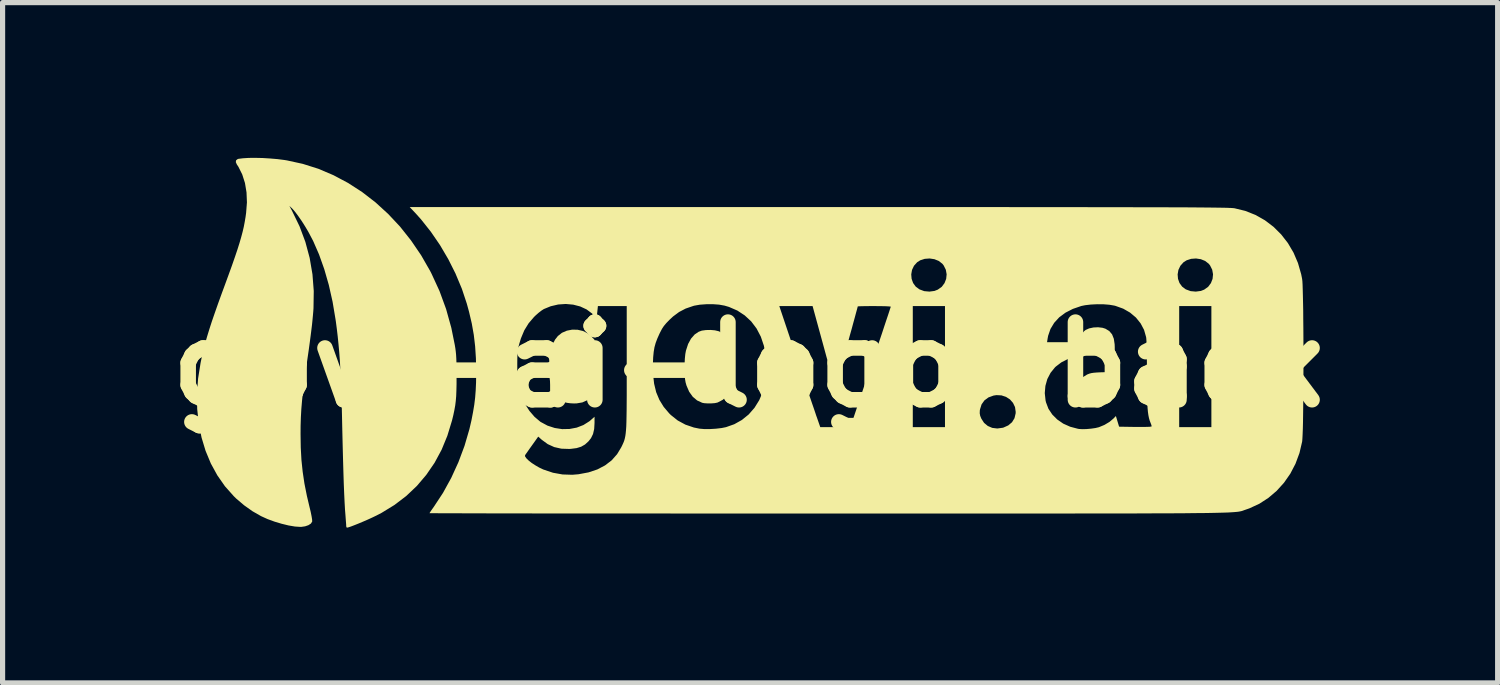
<source format=kicad_pcb>
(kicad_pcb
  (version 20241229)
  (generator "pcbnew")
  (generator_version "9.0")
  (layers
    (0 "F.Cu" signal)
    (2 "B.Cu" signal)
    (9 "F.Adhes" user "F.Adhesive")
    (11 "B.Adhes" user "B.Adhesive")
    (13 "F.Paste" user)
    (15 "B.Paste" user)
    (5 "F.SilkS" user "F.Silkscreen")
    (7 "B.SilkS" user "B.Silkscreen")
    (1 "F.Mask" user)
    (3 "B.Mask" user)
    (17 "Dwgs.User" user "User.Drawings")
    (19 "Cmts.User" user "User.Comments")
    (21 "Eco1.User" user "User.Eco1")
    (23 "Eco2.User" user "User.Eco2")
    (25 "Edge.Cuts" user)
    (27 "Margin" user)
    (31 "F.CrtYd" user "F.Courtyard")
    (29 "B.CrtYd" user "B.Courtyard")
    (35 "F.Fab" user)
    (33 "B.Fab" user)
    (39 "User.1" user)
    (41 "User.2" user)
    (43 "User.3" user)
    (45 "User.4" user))
  (footprint "govi-ai-logo-back"
    (layer "F.Cu")
    (at 11.443 3.995)
    (property "Reference" "govi-ai-logo-back" (at 0 0 0) (layer "F.SilkS") (effects (font (size 1.5 1.5) (thickness 0.3))))
    (attr board_only exclude_from_pos_files exclude_from_bom)
    (fp_poly (pts (xy 7.045 0.357) (xy 7.045 0.574) (xy 6.972 0.645) (xy 6.89 0.709) (xy 6.792 0.754) (xy 6.687 0.779) (xy 6.582 0.783) (xy 6.484 0.763) (xy 6.457 0.752) (xy 6.387 0.705) (xy 6.338 0.638) (xy 6.314 0.555) (xy 6.312 0.511) (xy 6.325 0.405) (xy 6.362 0.317) (xy 6.423 0.246) (xy 6.51 0.192) (xy 6.519 0.188) (xy 6.555 0.174) (xy 6.592 0.164) (xy 6.638 0.157) (xy 6.699 0.152) (xy 6.781 0.148) (xy 6.821 0.147) (xy 7.045 0.141)) (stroke (width 0) (type solid)) (fill yes) (layer "F.SilkS"))
    (fp_poly (pts (xy -3.333 -0.674) (xy -3.23 -0.65) (xy -3.138 -0.605) (xy -3.068 -0.546) (xy -3.006 -0.479) (xy -3.006 0.038) (xy -3.006 0.555) (xy -3.068 0.622) (xy -3.147 0.688) (xy -3.241 0.73) (xy -3.353 0.749) (xy -3.405 0.75) (xy -3.468 0.747) (xy -3.526 0.74) (xy -3.565 0.732) (xy -3.619 0.705) (xy -3.68 0.657) (xy -3.738 0.598) (xy -3.786 0.535) (xy -3.8 0.513) (xy -3.838 0.427) (xy -3.865 0.329) (xy -3.88 0.214) (xy -3.886 0.077) (xy -3.886 0.053) (xy -3.879 -0.116) (xy -3.858 -0.261) (xy -3.821 -0.383) (xy -3.768 -0.484) (xy -3.715 -0.552) (xy -3.636 -0.615) (xy -3.541 -0.656) (xy -3.438 -0.676)) (stroke (width 0) (type solid)) (fill yes) (layer "F.SilkS"))
    (fp_poly (pts (xy -0.681 -0.663) (xy -0.609 -0.646) (xy -0.583 -0.634) (xy -0.491 -0.57) (xy -0.418 -0.482) (xy -0.364 -0.371) (xy -0.327 -0.237) (xy -0.309 -0.079) (xy -0.308 0.104) (xy -0.308 0.105) (xy -0.322 0.269) (xy -0.351 0.407) (xy -0.394 0.521) (xy -0.453 0.612) (xy -0.529 0.68) (xy -0.622 0.729) (xy -0.636 0.734) (xy -0.684 0.744) (xy -0.751 0.749) (xy -0.822 0.749) (xy -0.887 0.745) (xy -0.926 0.737) (xy -1.024 0.692) (xy -1.108 0.621) (xy -1.177 0.525) (xy -1.229 0.405) (xy -1.247 0.342) (xy -1.258 0.276) (xy -1.264 0.189) (xy -1.267 0.089) (xy -1.266 -0.016) (xy -1.261 -0.117) (xy -1.252 -0.206) (xy -1.24 -0.27) (xy -1.198 -0.399) (xy -1.142 -0.502) (xy -1.071 -0.583) (xy -0.994 -0.635) (xy -0.933 -0.657) (xy -0.854 -0.668) (xy -0.766 -0.67)) (stroke (width 0) (type solid)) (fill yes) (layer "F.SilkS"))
    (fp_poly (pts (xy -9.419 -3.992) (xy -9.275 -3.983) (xy -9.133 -3.971) (xy -9 -3.954) (xy -8.95 -3.946) (xy -8.643 -3.879) (xy -8.342 -3.784) (xy -8.05 -3.66) (xy -7.768 -3.51) (xy -7.497 -3.335) (xy -7.238 -3.135) (xy -6.994 -2.912) (xy -6.764 -2.667) (xy -6.552 -2.4) (xy -6.357 -2.114) (xy -6.182 -1.809) (xy -6.154 -1.754) (xy -6.001 -1.421) (xy -5.874 -1.074) (xy -5.773 -0.711) (xy -5.706 -0.38) (xy -5.695 -0.314) (xy -5.687 -0.252) (xy -5.681 -0.19) (xy -5.677 -0.121) (xy -5.674 -0.04) (xy -5.672 0.059) (xy -5.672 0.181) (xy -5.672 0.228) (xy -5.672 0.377) (xy -5.675 0.501) (xy -5.679 0.608) (xy -5.687 0.702) (xy -5.698 0.79) (xy -5.714 0.879) (xy -5.734 0.974) (xy -5.76 1.081) (xy -5.762 1.087) (xy -5.85 1.375) (xy -5.961 1.645) (xy -6.097 1.897) (xy -6.257 2.13) (xy -6.439 2.344) (xy -6.644 2.538) (xy -6.871 2.711) (xy -7.119 2.863) (xy -7.219 2.915) (xy -7.298 2.953) (xy -7.385 2.993) (xy -7.475 3.032) (xy -7.563 3.069) (xy -7.643 3.101) (xy -7.711 3.127) (xy -7.762 3.144) (xy -7.79 3.15) (xy -7.791 3.15) (xy -7.801 3.137) (xy -7.804 3.116) (xy -7.805 3.087) (xy -7.809 3.036) (xy -7.814 2.971) (xy -7.818 2.915) (xy -7.827 2.804) (xy -7.835 2.663) (xy -7.843 2.495) (xy -7.851 2.3) (xy -7.858 2.081) (xy -7.865 1.837) (xy -7.872 1.571) (xy -7.879 1.283) (xy -7.88 1.237) (xy -7.886 0.96) (xy -7.892 0.709) (xy -7.9 0.483) (xy -7.908 0.278) (xy -7.917 0.09) (xy -7.927 -0.083) (xy -7.939 -0.244) (xy -7.953 -0.396) (xy -7.968 -0.544) (xy -7.985 -0.689) (xy -8.004 -0.834) (xy -8.01 -0.873) (xy -8.067 -1.214) (xy -8.14 -1.539) (xy -8.228 -1.845) (xy -8.329 -2.129) (xy -8.443 -2.39) (xy -8.538 -2.57) (xy -8.6 -2.674) (xy -8.664 -2.775) (xy -8.728 -2.867) (xy -8.786 -2.945) (xy -8.836 -3.004) (xy -8.855 -3.023) (xy -8.902 -3.067) (xy -8.849 -2.968) (xy -8.706 -2.673) (xy -8.593 -2.371) (xy -8.51 -2.062) (xy -8.456 -1.745) (xy -8.431 -1.422) (xy -8.436 -1.091) (xy -8.44 -1.032) (xy -8.447 -0.951) (xy -8.455 -0.867) (xy -8.464 -0.777) (xy -8.476 -0.678) (xy -8.49 -0.566) (xy -8.507 -0.437) (xy -8.527 -0.29) (xy -8.552 -0.119) (xy -8.58 0.078) (xy -8.584 0.106) (xy -8.615 0.323) (xy -8.639 0.516) (xy -8.657 0.693) (xy -8.671 0.858) (xy -8.68 1.019) (xy -8.685 1.182) (xy -8.686 1.344) (xy -8.682 1.602) (xy -8.669 1.841) (xy -8.645 2.07) (xy -8.611 2.298) (xy -8.564 2.534) (xy -8.515 2.742) (xy -8.49 2.845) (xy -8.473 2.93) (xy -8.463 2.992) (xy -8.461 3.029) (xy -8.462 3.033) (xy -8.486 3.071) (xy -8.534 3.102) (xy -8.598 3.124) (xy -8.674 3.135) (xy -8.69 3.135) (xy -8.795 3.128) (xy -8.919 3.107) (xy -9.053 3.074) (xy -9.19 3.033) (xy -9.324 2.984) (xy -9.445 2.929) (xy -9.451 2.926) (xy -9.614 2.833) (xy -9.776 2.718) (xy -9.929 2.588) (xy -9.975 2.543) (xy -10.146 2.351) (xy -10.294 2.139) (xy -10.419 1.911) (xy -10.521 1.666) (xy -10.599 1.408) (xy -10.653 1.138) (xy -10.683 0.857) (xy -10.687 0.567) (xy -10.666 0.271) (xy -10.618 -0.031) (xy -10.613 -0.057) (xy -10.587 -0.178) (xy -10.559 -0.298) (xy -10.527 -0.42) (xy -10.49 -0.548) (xy -10.448 -0.685) (xy -10.4 -0.834) (xy -10.343 -0.999) (xy -10.278 -1.184) (xy -10.203 -1.391) (xy -10.153 -1.526) (xy -10.077 -1.734) (xy -10.011 -1.916) (xy -9.955 -2.077) (xy -9.907 -2.219) (xy -9.867 -2.346) (xy -9.834 -2.459) (xy -9.806 -2.564) (xy -9.783 -2.662) (xy -9.765 -2.756) (xy -9.749 -2.851) (xy -9.738 -2.93) (xy -9.722 -3.134) (xy -9.73 -3.328) (xy -9.76 -3.509) (xy -9.813 -3.675) (xy -9.887 -3.823) (xy -9.917 -3.868) (xy -9.937 -3.913) (xy -9.931 -3.949) (xy -9.9 -3.972) (xy -9.887 -3.976) (xy -9.799 -3.987) (xy -9.687 -3.994) (xy -9.558 -3.995)) (stroke (width 0) (type solid)) (fill yes) (layer "F.SilkS"))
    (fp_poly (pts (xy 1.915 -3.044) (xy 2.476 -3.044) (xy 3.009 -3.044) (xy 3.513 -3.044) (xy 3.989 -3.044) (xy 4.439 -3.044) (xy 4.864 -3.044) (xy 5.263 -3.043) (xy 5.638 -3.043) (xy 5.99 -3.043) (xy 6.319 -3.043) (xy 6.625 -3.042) (xy 6.911 -3.042) (xy 7.176 -3.042) (xy 7.421 -3.041) (xy 7.648 -3.041) (xy 7.856 -3.04) (xy 8.047 -3.04) (xy 8.221 -3.039) (xy 8.379 -3.039) (xy 8.522 -3.038) (xy 8.651 -3.037) (xy 8.766 -3.036) (xy 8.869 -3.035) (xy 8.959 -3.034) (xy 9.037 -3.033) (xy 9.106 -3.032) (xy 9.164 -3.031) (xy 9.214 -3.03) (xy 9.255 -3.028) (xy 9.288 -3.027) (xy 9.315 -3.025) (xy 9.336 -3.024) (xy 9.351 -3.022) (xy 9.359 -3.021) (xy 9.568 -2.97) (xy 9.764 -2.892) (xy 9.946 -2.789) (xy 10.112 -2.663) (xy 10.26 -2.516) (xy 10.39 -2.349) (xy 10.499 -2.164) (xy 10.585 -1.963) (xy 10.647 -1.747) (xy 10.665 -1.657) (xy 10.67 -1.615) (xy 10.674 -1.546) (xy 10.677 -1.451) (xy 10.68 -1.335) (xy 10.683 -1.199) (xy 10.686 -1.046) (xy 10.687 -0.879) (xy 10.689 -0.701) (xy 10.69 -0.514) (xy 10.691 -0.321) (xy 10.691 -0.125) (xy 10.691 0.072) (xy 10.69 0.267) (xy 10.689 0.457) (xy 10.688 0.639) (xy 10.686 0.811) (xy 10.684 0.97) (xy 10.682 1.114) (xy 10.679 1.239) (xy 10.675 1.342) (xy 10.671 1.422) (xy 10.667 1.476) (xy 10.665 1.49) (xy 10.614 1.708) (xy 10.537 1.915) (xy 10.437 2.107) (xy 10.315 2.282) (xy 10.173 2.439) (xy 10.013 2.575) (xy 9.837 2.689) (xy 9.646 2.777) (xy 9.58 2.8) (xy 9.563 2.806) (xy 9.548 2.811) (xy 9.535 2.816) (xy 9.521 2.821) (xy 9.507 2.826) (xy 9.492 2.83) (xy 9.474 2.834) (xy 9.454 2.838) (xy 9.43 2.842) (xy 9.402 2.845) (xy 9.368 2.848) (xy 9.328 2.851) (xy 9.282 2.854) (xy 9.228 2.857) (xy 9.165 2.859) (xy 9.094 2.861) (xy 9.012 2.863) (xy 8.92 2.865) (xy 8.816 2.867) (xy 8.699 2.868) (xy 8.57 2.869) (xy 8.426 2.871) (xy 8.268 2.872) (xy 8.095 2.873) (xy 7.905 2.873) (xy 7.698 2.874) (xy 7.473 2.875) (xy 7.229 2.875) (xy 6.966 2.876) (xy 6.683 2.876) (xy 6.379 2.876) (xy 6.053 2.877) (xy 5.704 2.877) (xy 5.332 2.877) (xy 4.936 2.877) (xy 4.515 2.877) (xy 4.068 2.877) (xy 3.595 2.877) (xy 3.094 2.877) (xy 2.565 2.877) (xy 2.007 2.877) (xy 1.516 2.877) (xy 1.034 2.877) (xy 0.559 2.877) (xy 0.093 2.877) (xy -0.364 2.877) (xy -0.81 2.877) (xy -1.245 2.877) (xy -1.668 2.876) (xy -2.078 2.876) (xy -2.474 2.876) (xy -2.855 2.876) (xy -3.22 2.875) (xy -3.569 2.875) (xy -3.9 2.875) (xy -4.212 2.875) (xy -4.506 2.874) (xy -4.778 2.874) (xy -5.03 2.874) (xy -5.26 2.873) (xy -5.466 2.873) (xy -5.649 2.872) (xy -5.807 2.872) (xy -5.94 2.872) (xy -6.045 2.871) (xy -6.124 2.871) (xy -6.173 2.87) (xy -6.194 2.87) (xy -6.194 2.87) (xy -6.186 2.855) (xy -6.164 2.822) (xy -6.131 2.775) (xy -6.109 2.744) (xy -5.934 2.478) (xy -5.775 2.189) (xy -5.636 1.885) (xy -5.518 1.569) (xy -5.424 1.248) (xy -5.384 1.076) (xy -5.354 0.92) (xy -5.33 0.777) (xy -5.313 0.639) (xy -5.302 0.496) (xy -5.295 0.342) (xy -5.293 0.168) (xy -5.293 0.129) (xy -5.295 0.023) (xy -4.499 0.023) (xy -4.498 0.15) (xy -4.494 0.255) (xy -4.486 0.344) (xy -4.472 0.424) (xy -4.452 0.503) (xy -4.425 0.587) (xy -4.413 0.619) (xy -4.349 0.762) (xy -4.264 0.894) (xy -4.165 1.009) (xy -4.055 1.102) (xy -4.044 1.109) (xy -3.914 1.179) (xy -3.775 1.224) (xy -3.632 1.246) (xy -3.489 1.243) (xy -3.35 1.217) (xy -3.221 1.167) (xy -3.105 1.094) (xy -3.078 1.071) (xy -3.006 1.007) (xy -3.006 1.127) (xy -3.013 1.244) (xy -3.035 1.34) (xy -3.074 1.42) (xy -3.122 1.481) (xy -3.19 1.543) (xy -3.265 1.586) (xy -3.353 1.613) (xy -3.462 1.627) (xy -3.494 1.629) (xy -3.647 1.624) (xy -3.785 1.593) (xy -3.91 1.536) (xy -4.024 1.453) (xy -4.094 1.391) (xy -4.215 1.561) (xy -4.261 1.625) (xy -4.3 1.681) (xy -4.33 1.723) (xy -4.347 1.748) (xy -4.349 1.751) (xy -4.347 1.776) (xy -4.322 1.811) (xy -4.279 1.853) (xy -4.221 1.899) (xy -4.152 1.944) (xy -4.078 1.987) (xy -4.003 2.023) (xy -3.996 2.026) (xy -3.809 2.089) (xy -3.624 2.122) (xy -3.435 2.128) (xy -3.316 2.118) (xy -3.123 2.082) (xy -2.952 2.025) (xy -2.803 1.947) (xy -2.675 1.849) (xy -2.57 1.73) (xy -2.492 1.601) (xy -2.473 1.563) (xy -2.457 1.528) (xy -2.442 1.494) (xy -2.43 1.46) (xy -2.42 1.422) (xy -2.411 1.378) (xy -2.404 1.328) (xy -2.398 1.267) (xy -2.393 1.194) (xy -2.39 1.108) (xy -2.388 1.005) (xy -2.386 0.883) (xy -2.385 0.741) (xy -2.384 0.576) (xy -2.384 0.386) (xy -2.384 0.168) (xy -2.384 0.065) (xy -2.384 -0.023) (xy -1.878 -0.023) (xy -1.876 0.183) (xy -1.855 0.368) (xy -1.815 0.533) (xy -1.753 0.681) (xy -1.67 0.816) (xy -1.565 0.94) (xy -1.532 0.973) (xy -1.399 1.079) (xy -1.251 1.159) (xy -1.087 1.215) (xy -0.979 1.237) (xy -0.887 1.245) (xy -0.777 1.245) (xy -0.661 1.238) (xy -0.55 1.225) (xy -0.466 1.208) (xy -0.305 1.151) (xy -0.159 1.069) (xy -0.028 0.963) (xy 0.084 0.835) (xy 0.176 0.687) (xy 0.246 0.522) (xy 0.255 0.492) (xy 0.291 0.337) (xy 0.31 0.165) (xy 0.313 -0.015) (xy 0.298 -0.193) (xy 0.267 -0.361) (xy 0.266 -0.365) (xy 0.207 -0.54) (xy 0.125 -0.697) (xy 0.021 -0.835) (xy -0.104 -0.951) (xy -0.247 -1.045) (xy -0.409 -1.115) (xy -0.463 -1.131) (xy 0.564 -1.131) (xy 0.889 -0.163) (xy 0.947 0.008) (xy 1.003 0.175) (xy 1.057 0.336) (xy 1.109 0.487) (xy 1.155 0.626) (xy 1.197 0.749) (xy 1.233 0.853) (xy 1.261 0.936) (xy 1.28 0.994) (xy 1.285 1.006) (xy 1.355 1.207) (xy 1.646 1.207) (xy 1.937 1.207) (xy 2.327 0.049) (xy 2.331 0.038) (xy 3.143 0.038) (xy 3.143 1.207) (xy 3.454 1.207) (xy 3.765 1.207) (xy 3.765 0.94) (xy 4.436 0.94) (xy 4.445 0.989) (xy 4.467 1.043) (xy 4.52 1.125) (xy 4.592 1.185) (xy 4.678 1.222) (xy 4.776 1.234) (xy 4.879 1.22) (xy 4.895 1.216) (xy 4.988 1.174) (xy 5.06 1.113) (xy 5.108 1.035) (xy 5.13 0.942) (xy 5.131 0.912) (xy 5.118 0.82) (xy 5.079 0.739) (xy 5.02 0.672) (xy 4.944 0.623) (xy 4.856 0.594) (xy 4.759 0.589) (xy 4.702 0.598) (xy 4.604 0.634) (xy 4.527 0.691) (xy 4.472 0.768) (xy 4.442 0.863) (xy 4.438 0.886) (xy 4.436 0.94) (xy 3.765 0.94) (xy 3.765 0.55) (xy 5.693 0.55) (xy 5.708 0.691) (xy 5.717 0.729) (xy 5.764 0.853) (xy 5.838 0.964) (xy 5.934 1.06) (xy 6.05 1.14) (xy 6.184 1.2) (xy 6.332 1.239) (xy 6.354 1.243) (xy 6.418 1.247) (xy 6.499 1.245) (xy 6.588 1.237) (xy 6.672 1.225) (xy 6.739 1.209) (xy 6.739 1.209) (xy 6.845 1.165) (xy 6.944 1.106) (xy 7.022 1.04) (xy 7.067 0.993) (xy 7.098 1.096) (xy 7.129 1.199) (xy 7.444 1.204) (xy 7.565 1.204) (xy 7.656 1.203) (xy 7.718 1.201) (xy 7.752 1.196) (xy 7.758 1.192) (xy 7.753 1.168) (xy 7.739 1.13) (xy 7.735 1.12) (xy 7.719 1.078) (xy 7.706 1.031) (xy 7.695 0.977) (xy 7.686 0.913) (xy 7.679 0.836) (xy 7.674 0.743) (xy 7.671 0.631) (xy 7.668 0.496) (xy 7.667 0.337) (xy 7.667 0.183) (xy 7.667 0.038) (xy 8.29 0.038) (xy 8.29 1.207) (xy 8.601 1.207) (xy 8.912 1.207) (xy 8.912 0.038) (xy 8.912 -1.131) (xy 8.601 -1.131) (xy 8.29 -1.131) (xy 8.29 0.038) (xy 7.667 0.038) (xy 7.667 0.019) (xy 7.665 -0.128) (xy 7.663 -0.258) (xy 7.661 -0.366) (xy 7.658 -0.45) (xy 7.654 -0.509) (xy 7.651 -0.532) (xy 7.611 -0.672) (xy 7.544 -0.798) (xy 7.454 -0.91) (xy 7.341 -1.005) (xy 7.209 -1.081) (xy 7.059 -1.135) (xy 7.035 -1.141) (xy 6.941 -1.157) (xy 6.828 -1.166) (xy 6.705 -1.167) (xy 6.584 -1.161) (xy 6.472 -1.148) (xy 6.399 -1.133) (xy 6.236 -1.077) (xy 6.093 -1.004) (xy 5.972 -0.914) (xy 5.875 -0.808) (xy 5.803 -0.689) (xy 5.758 -0.558) (xy 5.748 -0.505) (xy 5.737 -0.433) (xy 6.049 -0.433) (xy 6.361 -0.433) (xy 6.361 -0.471) (xy 6.374 -0.53) (xy 6.407 -0.592) (xy 6.454 -0.647) (xy 6.484 -0.671) (xy 6.55 -0.7) (xy 6.634 -0.718) (xy 6.723 -0.722) (xy 6.808 -0.712) (xy 6.865 -0.694) (xy 6.939 -0.649) (xy 6.993 -0.585) (xy 7.027 -0.5) (xy 7.043 -0.393) (xy 7.045 -0.339) (xy 7.045 -0.22) (xy 6.866 -0.22) (xy 6.647 -0.213) (xy 6.453 -0.192) (xy 6.283 -0.157) (xy 6.137 -0.107) (xy 6.012 -0.043) (xy 5.907 0.037) (xy 5.89 0.053) (xy 5.805 0.158) (xy 5.742 0.279) (xy 5.705 0.411) (xy 5.693 0.55) (xy 3.765 0.55) (xy 3.765 0.038) (xy 3.765 -1.131) (xy 3.454 -1.131) (xy 3.143 -1.131) (xy 3.143 0.038) (xy 2.331 0.038) (xy 2.388 -0.131) (xy 2.446 -0.303) (xy 2.5 -0.464) (xy 2.55 -0.612) (xy 2.594 -0.746) (xy 2.633 -0.863) (xy 2.666 -0.961) (xy 2.691 -1.037) (xy 2.708 -1.09) (xy 2.717 -1.117) (xy 2.718 -1.12) (xy 2.703 -1.123) (xy 2.663 -1.126) (xy 2.601 -1.129) (xy 2.522 -1.13) (xy 2.43 -1.131) (xy 2.399 -1.131) (xy 2.304 -1.131) (xy 2.221 -1.13) (xy 2.153 -1.129) (xy 2.105 -1.127) (xy 2.082 -1.126) (xy 2.08 -1.125) (xy 2.076 -1.11) (xy 2.065 -1.068) (xy 2.047 -1.003) (xy 2.024 -0.917) (xy 1.995 -0.812) (xy 1.963 -0.693) (xy 1.926 -0.562) (xy 1.888 -0.421) (xy 1.884 -0.408) (xy 1.844 -0.264) (xy 1.807 -0.127) (xy 1.772 -0.000092) (xy 1.741 0.113) (xy 1.714 0.21) (xy 1.693 0.287) (xy 1.678 0.342) (xy 1.67 0.37) (xy 1.67 0.37) (xy 1.658 0.407) (xy 1.645 0.424) (xy 1.641 0.423) (xy 1.634 0.406) (xy 1.621 0.363) (xy 1.601 0.296) (xy 1.576 0.208) (xy 1.546 0.102) (xy 1.512 -0.02) (xy 1.474 -0.155) (xy 1.435 -0.299) (xy 1.418 -0.361) (xy 1.207 -1.131) (xy 0.885 -1.131) (xy 0.564 -1.131) (xy -0.463 -1.131) (xy -0.493 -1.14) (xy -0.598 -1.159) (xy -0.72 -1.168) (xy -0.848 -1.167) (xy -0.972 -1.158) (xy -1.08 -1.139) (xy -1.1 -1.133) (xy -1.246 -1.083) (xy -1.372 -1.017) (xy -1.488 -0.931) (xy -1.558 -0.866) (xy -1.62 -0.802) (xy -1.666 -0.747) (xy -1.703 -0.691) (xy -1.739 -0.622) (xy -1.75 -0.6) (xy -1.793 -0.504) (xy -1.825 -0.419) (xy -1.848 -0.336) (xy -1.863 -0.247) (xy -1.873 -0.143) (xy -1.878 -0.023) (xy -2.384 -0.023) (xy -2.384 -1.131) (xy -2.663 -1.131) (xy -2.941 -1.131) (xy -2.952 -1.025) (xy -2.958 -0.972) (xy -2.965 -0.935) (xy -2.971 -0.919) (xy -2.971 -0.919) (xy -2.986 -0.928) (xy -3.016 -0.953) (xy -3.054 -0.988) (xy -3.16 -1.067) (xy -3.283 -1.124) (xy -3.418 -1.159) (xy -3.562 -1.172) (xy -3.708 -1.162) (xy -3.853 -1.128) (xy -3.985 -1.074) (xy -4.029 -1.046) (xy -4.085 -1.003) (xy -4.143 -0.952) (xy -4.176 -0.92) (xy -4.28 -0.798) (xy -4.363 -0.663) (xy -4.428 -0.508) (xy -4.459 -0.406) (xy -4.474 -0.349) (xy -4.484 -0.299) (xy -4.491 -0.248) (xy -4.496 -0.19) (xy -4.498 -0.118) (xy -4.499 -0.026) (xy -4.499 0.023) (xy -5.295 0.023) (xy -5.298 -0.123) (xy -5.313 -0.355) (xy -5.339 -0.576) (xy -5.378 -0.796) (xy -5.431 -1.022) (xy -5.474 -1.179) (xy -5.569 -1.465) (xy -5.686 -1.744) (xy 3.113 -1.744) (xy 3.12 -1.658) (xy 3.149 -1.577) (xy 3.2 -1.507) (xy 3.272 -1.454) (xy 3.272 -1.454) (xy 3.364 -1.42) (xy 3.464 -1.411) (xy 3.562 -1.424) (xy 3.626 -1.449) (xy 3.702 -1.503) (xy 3.756 -1.575) (xy 3.788 -1.657) (xy 3.797 -1.744) (xy 8.26 -1.744) (xy 8.267 -1.658) (xy 8.296 -1.577) (xy 8.347 -1.507) (xy 8.418 -1.454) (xy 8.419 -1.454) (xy 8.511 -1.42) (xy 8.611 -1.411) (xy 8.709 -1.424) (xy 8.773 -1.449) (xy 8.849 -1.503) (xy 8.903 -1.575) (xy 8.935 -1.657) (xy 8.944 -1.745) (xy 8.928 -1.834) (xy 8.887 -1.916) (xy 8.861 -1.949) (xy 8.792 -2.003) (xy 8.708 -2.037) (xy 8.615 -2.051) (xy 8.521 -2.044) (xy 8.434 -2.016) (xy 8.374 -1.978) (xy 8.313 -1.91) (xy 8.275 -1.83) (xy 8.26 -1.744) (xy 3.797 -1.744) (xy 3.797 -1.745) (xy 3.781 -1.834) (xy 3.74 -1.916) (xy 3.714 -1.949) (xy 3.645 -2.003) (xy 3.561 -2.037) (xy 3.468 -2.051) (xy 3.374 -2.044) (xy 3.287 -2.016) (xy 3.227 -1.978) (xy 3.166 -1.91) (xy 3.128 -1.83) (xy 3.113 -1.744) (xy -5.686 -1.744) (xy -5.689 -1.753) (xy -5.831 -2.036) (xy -5.992 -2.31) (xy -6.169 -2.568) (xy -6.358 -2.806) (xy -6.459 -2.919) (xy -6.577 -3.044) (xy 1.325 -3.044)) (stroke (width 0) (type solid)) (fill yes) (layer "F.SilkS")))
  (gr_rect
    (start -3 -3)
    (end 25.886 10.145)
    (stroke (width 0.1) (type default))
    (fill no)
    (layer "Edge.Cuts")))
</source>
